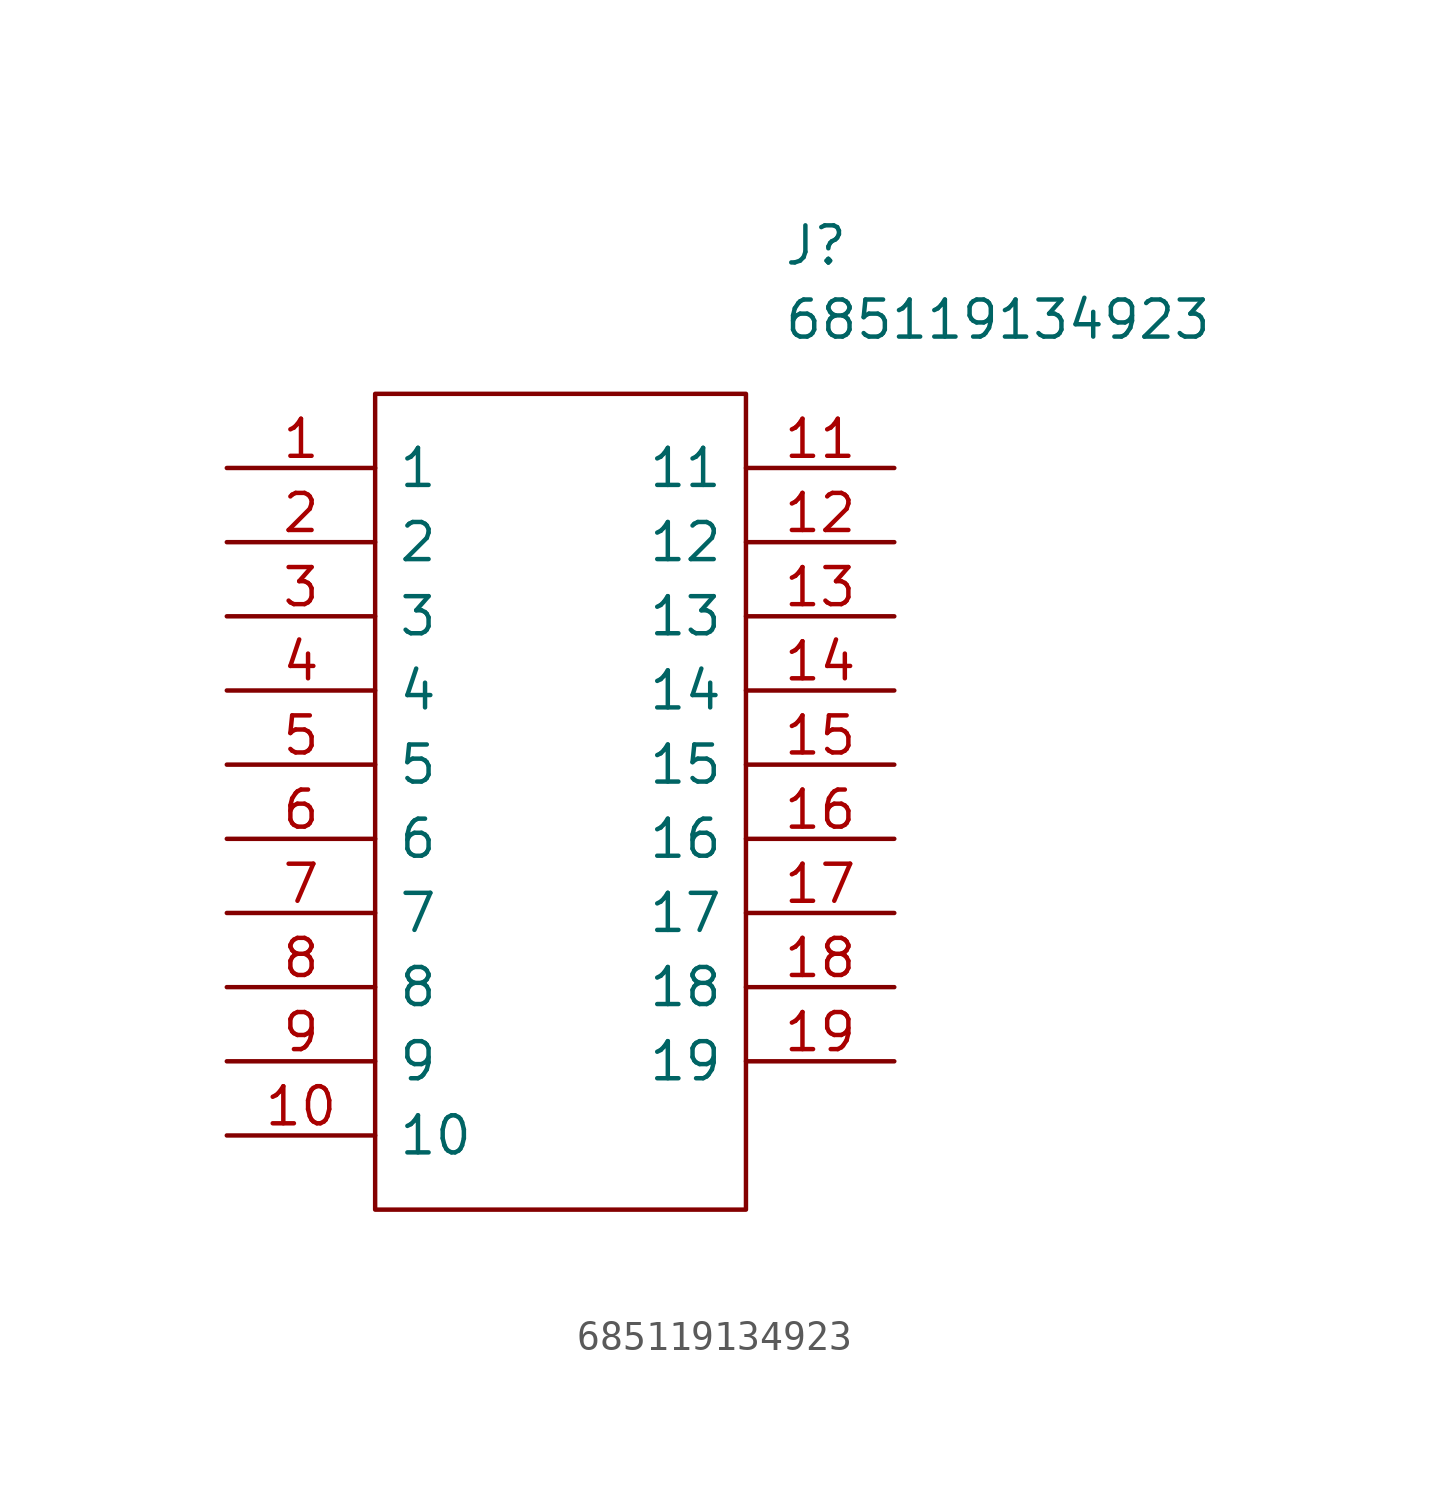
<source format=kicad_sym>
(kicad_symbol_lib
  (version 20211014)
  (generator kicad_symbol_editor)
  (symbol "685119134923"
    (pin_names
      (offset 0.762))
    (property "Reference" "J"
      (at 19.05 7.62 0)
      (effects (font (size 1.27 1.27)) (justify left)))
    (property "Value" "685119134923"
      (at 19.05 5.08 0)
      (effects (font (size 1.27 1.27)) (justify left)))
    (symbol "685119134923_0_0"
      (pin passive line (at 0 0 0) (length 5.08) (name "1" (effects (font (size 1.27 1.27)))) (number "1" (effects (font (size 1.27 1.27)))))
      (pin passive line (at 0 -22.86 0) (length 5.08) (name "10" (effects (font (size 1.27 1.27)))) (number "10" (effects (font (size 1.27 1.27)))))
      (pin passive line (at 22.86 0 180) (length 5.08) (name "11" (effects (font (size 1.27 1.27)))) (number "11" (effects (font (size 1.27 1.27)))))
      (pin passive line (at 22.86 -2.54 180) (length 5.08) (name "12" (effects (font (size 1.27 1.27)))) (number "12" (effects (font (size 1.27 1.27)))))
      (pin passive line (at 22.86 -5.08 180) (length 5.08) (name "13" (effects (font (size 1.27 1.27)))) (number "13" (effects (font (size 1.27 1.27)))))
      (pin passive line (at 22.86 -7.62 180) (length 5.08) (name "14" (effects (font (size 1.27 1.27)))) (number "14" (effects (font (size 1.27 1.27)))))
      (pin passive line (at 22.86 -10.16 180) (length 5.08) (name "15" (effects (font (size 1.27 1.27)))) (number "15" (effects (font (size 1.27 1.27)))))
      (pin passive line (at 22.86 -12.7 180) (length 5.08) (name "16" (effects (font (size 1.27 1.27)))) (number "16" (effects (font (size 1.27 1.27)))))
      (pin passive line (at 22.86 -15.24 180) (length 5.08) (name "17" (effects (font (size 1.27 1.27)))) (number "17" (effects (font (size 1.27 1.27)))))
      (pin passive line (at 22.86 -17.78 180) (length 5.08) (name "18" (effects (font (size 1.27 1.27)))) (number "18" (effects (font (size 1.27 1.27)))))
      (pin passive line (at 22.86 -20.32 180) (length 5.08) (name "19" (effects (font (size 1.27 1.27)))) (number "19" (effects (font (size 1.27 1.27)))))
      (pin passive line (at 0 -2.54 0) (length 5.08) (name "2" (effects (font (size 1.27 1.27)))) (number "2" (effects (font (size 1.27 1.27)))))
      (pin passive line (at 0 -5.08 0) (length 5.08) (name "3" (effects (font (size 1.27 1.27)))) (number "3" (effects (font (size 1.27 1.27)))))
      (pin passive line (at 0 -7.62 0) (length 5.08) (name "4" (effects (font (size 1.27 1.27)))) (number "4" (effects (font (size 1.27 1.27)))))
      (pin passive line (at 0 -10.16 0) (length 5.08) (name "5" (effects (font (size 1.27 1.27)))) (number "5" (effects (font (size 1.27 1.27)))))
      (pin passive line (at 0 -12.7 0) (length 5.08) (name "6" (effects (font (size 1.27 1.27)))) (number "6" (effects (font (size 1.27 1.27)))))
      (pin passive line (at 0 -15.24 0) (length 5.08) (name "7" (effects (font (size 1.27 1.27)))) (number "7" (effects (font (size 1.27 1.27)))))
      (pin passive line (at 0 -17.78 0) (length 5.08) (name "8" (effects (font (size 1.27 1.27)))) (number "8" (effects (font (size 1.27 1.27)))))
      (pin passive line (at 0 -20.32 0) (length 5.08) (name "9" (effects (font (size 1.27 1.27)))) (number "9" (effects (font (size 1.27 1.27))))))
    (symbol "685119134923_0_1"
      (polyline (pts (xy 5.08 2.54) (xy 17.78 2.54) (xy 17.78 -25.4) (xy 5.08 -25.4) (xy 5.08 2.54)) (stroke (width 0.152) (type default) (color 0 0 0 0)) (fill (type none))))))
</source>
